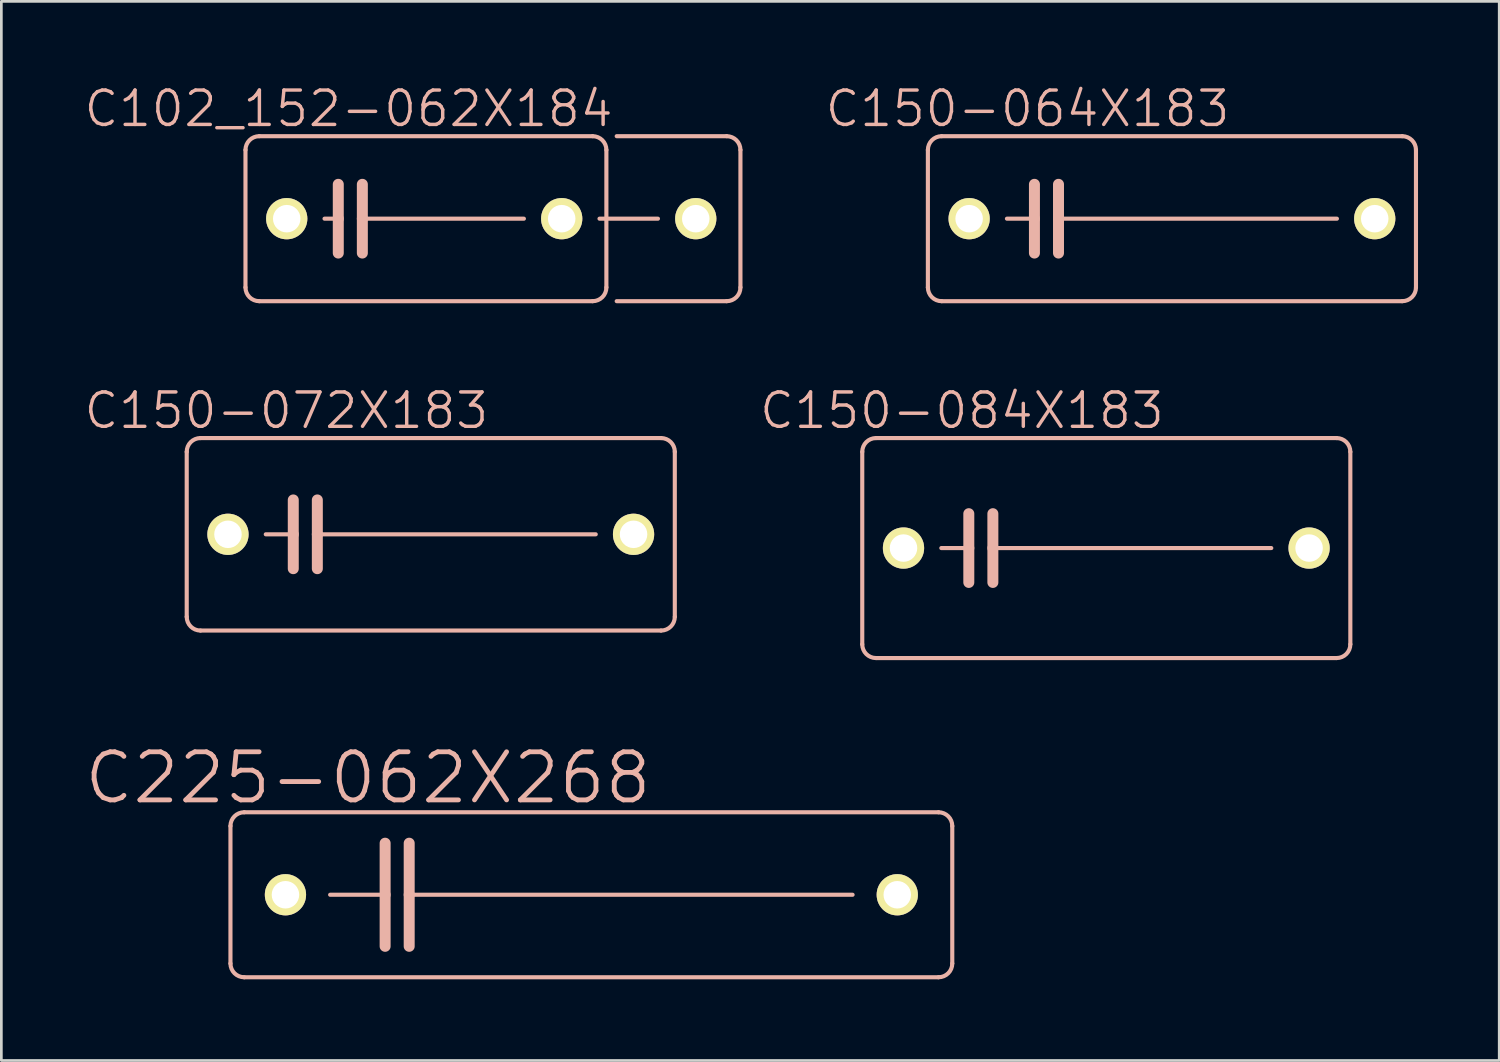
<source format=kicad_pcb>
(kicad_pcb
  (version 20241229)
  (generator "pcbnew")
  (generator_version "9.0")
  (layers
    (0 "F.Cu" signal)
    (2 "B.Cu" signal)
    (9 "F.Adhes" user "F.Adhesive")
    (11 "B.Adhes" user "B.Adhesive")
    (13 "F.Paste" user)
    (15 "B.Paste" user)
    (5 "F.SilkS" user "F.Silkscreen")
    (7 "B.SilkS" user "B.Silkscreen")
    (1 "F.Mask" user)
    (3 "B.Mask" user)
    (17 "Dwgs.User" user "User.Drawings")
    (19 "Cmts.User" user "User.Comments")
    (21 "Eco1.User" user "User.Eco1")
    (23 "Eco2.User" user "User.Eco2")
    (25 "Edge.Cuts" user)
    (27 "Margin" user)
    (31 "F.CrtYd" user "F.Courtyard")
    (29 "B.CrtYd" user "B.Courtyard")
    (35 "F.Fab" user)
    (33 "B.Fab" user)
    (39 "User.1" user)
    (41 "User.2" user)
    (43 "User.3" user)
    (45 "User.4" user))
  (footprint "C150-064X183"
    (layer "F.Cu")
    (at 40.251 5.03)
    (property "Reference" "C150-064X183" (at -5.334 -4.064 0) (layer "B.SilkS") (effects (font (size 1.27 1.27) (thickness 0.127))))
    (attr exclude_from_pos_files exclude_from_bom)
    (fp_line (start -9.017 2.54) (end -9.017 -2.54) (stroke (width 0.152) (type solid)) (layer "B.SilkS"))
    (fp_line (start -8.509 -3.048) (end 8.509 -3.048) (stroke (width 0.152) (type solid)) (layer "B.SilkS"))
    (fp_line (start -5.08 -1.27) (end -5.08 0) (stroke (width 0.406) (type solid)) (layer "B.SilkS"))
    (fp_line (start -5.08 0) (end -6.096 0) (stroke (width 0.152) (type solid)) (layer "B.SilkS"))
    (fp_line (start -5.08 0) (end -5.08 1.27) (stroke (width 0.406) (type solid)) (layer "B.SilkS"))
    (fp_line (start -4.191 -1.27) (end -4.191 0) (stroke (width 0.406) (type solid)) (layer "B.SilkS"))
    (fp_line (start -4.191 0) (end -4.191 1.27) (stroke (width 0.406) (type solid)) (layer "B.SilkS"))
    (fp_line (start -4.191 0) (end 6.096 0) (stroke (width 0.152) (type solid)) (layer "B.SilkS"))
    (fp_line (start 8.509 3.048) (end -8.509 3.048) (stroke (width 0.152) (type solid)) (layer "B.SilkS"))
    (fp_line (start 9.017 -2.54) (end 9.017 2.54) (stroke (width 0.152) (type solid)) (layer "B.SilkS"))
    (fp_arc (start -9.017 -2.54) (mid -8.86821 -2.89921) (end -8.509 -3.048) (stroke (width 0.1524) (type solid)) (layer "B.SilkS"))
    (fp_arc (start -8.509 3.048) (mid -8.86821 2.89921) (end -9.017 2.54) (stroke (width 0.1524) (type solid)) (layer "B.SilkS"))
    (fp_arc (start 8.509 -3.048) (mid 8.86821 -2.89921) (end 9.017 -2.54) (stroke (width 0.1524) (type solid)) (layer "B.SilkS"))
    (fp_arc (start 9.017 2.54) (mid 8.86821 2.89921) (end 8.509 3.048) (stroke (width 0.1524) (type solid)) (layer "B.SilkS"))
    (pad "1" thru_hole circle (at -7.493 0) (size 1.524 1.524) (drill 1.016) (layers "*.Cu" "F.Mask" "F.SilkS" "F.Paste"))
    (pad "2" thru_hole circle (at 7.493 0) (size 1.524 1.524) (drill 1.016) (layers "*.Cu" "F.Mask" "F.SilkS" "F.Paste")))
  (footprint "C102_152-062X184"
    (layer "F.Cu")
    (at 12.624 5.03)
    (property "Reference" "C102_152-062X184" (at -2.794 -4.064 0) (layer "B.SilkS") (effects (font (size 1.27 1.27) (thickness 0.127))))
    (attr exclude_from_pos_files exclude_from_bom)
    (fp_line (start -6.604 2.54) (end -6.604 -2.54) (stroke (width 0.152) (type solid)) (layer "B.SilkS"))
    (fp_line (start -6.096 -3.048) (end 6.223 -3.048) (stroke (width 0.152) (type solid)) (layer "B.SilkS"))
    (fp_line (start -3.683 0) (end -3.175 0) (stroke (width 0.152) (type solid)) (layer "B.SilkS"))
    (fp_line (start -3.175 -1.27) (end -3.175 0) (stroke (width 0.406) (type solid)) (layer "B.SilkS"))
    (fp_line (start -3.175 0) (end -3.175 1.27) (stroke (width 0.406) (type solid)) (layer "B.SilkS"))
    (fp_line (start -2.286 -1.27) (end -2.286 0) (stroke (width 0.406) (type solid)) (layer "B.SilkS"))
    (fp_line (start -2.286 0) (end -2.286 1.27) (stroke (width 0.406) (type solid)) (layer "B.SilkS"))
    (fp_line (start -2.286 0) (end 3.683 0) (stroke (width 0.152) (type solid)) (layer "B.SilkS"))
    (fp_line (start 6.223 3.048) (end -6.096 3.048) (stroke (width 0.152) (type solid)) (layer "B.SilkS"))
    (fp_line (start 6.477 0) (end 8.636 0) (stroke (width 0.152) (type solid)) (layer "B.SilkS"))
    (fp_line (start 6.731 -2.54) (end 6.731 2.54) (stroke (width 0.152) (type solid)) (layer "B.SilkS"))
    (fp_line (start 7.112 -3.048) (end 11.176 -3.048) (stroke (width 0.152) (type solid)) (layer "B.SilkS"))
    (fp_line (start 11.176 3.048) (end 7.112 3.048) (stroke (width 0.152) (type solid)) (layer "B.SilkS"))
    (fp_line (start 11.684 -2.54) (end 11.684 2.54) (stroke (width 0.152) (type solid)) (layer "B.SilkS"))
    (fp_arc (start -6.604 -2.54) (mid -6.45521 -2.89921) (end -6.096 -3.048) (stroke (width 0.1524) (type solid)) (layer "B.SilkS"))
    (fp_arc (start -6.096 3.048) (mid -6.45521 2.89921) (end -6.604 2.54) (stroke (width 0.1524) (type solid)) (layer "B.SilkS"))
    (fp_arc (start 6.223 -3.048) (mid 6.58221 -2.89921) (end 6.731 -2.54) (stroke (width 0.1524) (type solid)) (layer "B.SilkS"))
    (fp_arc (start 6.731 2.54) (mid 6.58221 2.89921) (end 6.223 3.048) (stroke (width 0.1524) (type solid)) (layer "B.SilkS"))
    (fp_arc (start 11.176 -3.048) (mid 11.53521 -2.89921) (end 11.684 -2.54) (stroke (width 0.1524) (type solid)) (layer "B.SilkS"))
    (fp_arc (start 11.684 2.54) (mid 11.53521 2.89921) (end 11.176 3.048) (stroke (width 0.1524) (type solid)) (layer "B.SilkS"))
    (pad "1" thru_hole circle (at -5.08 0) (size 1.524 1.524) (drill 1.016) (layers "*.Cu" "F.Mask" "F.SilkS" "F.Paste"))
    (pad "2" thru_hole circle (at 5.08 0) (size 1.524 1.524) (drill 1.016) (layers "*.Cu" "F.Mask" "F.SilkS" "F.Paste"))
    (pad "3" thru_hole circle (at 10.033 0) (size 1.524 1.524) (drill 1.016) (layers "*.Cu" "F.Mask" "F.SilkS" "F.Paste")))
  (footprint "C150-072X183"
    (layer "F.Cu")
    (at 12.866 16.692)
    (property "Reference" "C150-072X183" (at -5.334 -4.572 0) (layer "B.SilkS") (effects (font (size 1.27 1.27) (thickness 0.127))))
    (attr exclude_from_pos_files exclude_from_bom)
    (fp_line (start -9.017 3.048) (end -9.017 -3.048) (stroke (width 0.152) (type solid)) (layer "B.SilkS"))
    (fp_line (start -8.509 -3.556) (end 8.509 -3.556) (stroke (width 0.152) (type solid)) (layer "B.SilkS"))
    (fp_line (start -5.08 -1.27) (end -5.08 0) (stroke (width 0.406) (type solid)) (layer "B.SilkS"))
    (fp_line (start -5.08 0) (end -6.096 0) (stroke (width 0.152) (type solid)) (layer "B.SilkS"))
    (fp_line (start -5.08 0) (end -5.08 1.27) (stroke (width 0.406) (type solid)) (layer "B.SilkS"))
    (fp_line (start -4.191 -1.27) (end -4.191 0) (stroke (width 0.406) (type solid)) (layer "B.SilkS"))
    (fp_line (start -4.191 0) (end -4.191 1.27) (stroke (width 0.406) (type solid)) (layer "B.SilkS"))
    (fp_line (start -4.191 0) (end 6.096 0) (stroke (width 0.152) (type solid)) (layer "B.SilkS"))
    (fp_line (start 8.509 3.556) (end -8.509 3.556) (stroke (width 0.152) (type solid)) (layer "B.SilkS"))
    (fp_line (start 9.017 -3.048) (end 9.017 3.048) (stroke (width 0.152) (type solid)) (layer "B.SilkS"))
    (fp_arc (start -9.017 -3.048) (mid -8.86821 -3.40721) (end -8.509 -3.556) (stroke (width 0.1524) (type solid)) (layer "B.SilkS"))
    (fp_arc (start -8.509 3.556) (mid -8.86821 3.40721) (end -9.017 3.048) (stroke (width 0.1524) (type solid)) (layer "B.SilkS"))
    (fp_arc (start 8.509 -3.556) (mid 8.86821 -3.40721) (end 9.017 -3.048) (stroke (width 0.1524) (type solid)) (layer "B.SilkS"))
    (fp_arc (start 9.017 3.048) (mid 8.86821 3.40721) (end 8.509 3.556) (stroke (width 0.1524) (type solid)) (layer "B.SilkS"))
    (pad "1" thru_hole circle (at -7.493 0) (size 1.524 1.524) (drill 1.016) (layers "*.Cu" "F.Mask" "F.SilkS" "F.Paste"))
    (pad "2" thru_hole circle (at 7.493 0) (size 1.524 1.524) (drill 1.016) (layers "*.Cu" "F.Mask" "F.SilkS" "F.Paste")))
  (footprint "C225-062X268"
    (layer "F.Cu")
    (at 18.8 30.01)
    (property "Reference" "C225-062X268" (at -8.255 -4.318 0) (layer "B.SilkS") (effects (font (size 1.778 1.778) (thickness 0.178))))
    (attr exclude_from_pos_files exclude_from_bom)
    (fp_line (start -13.335 2.54) (end -13.335 -2.54) (stroke (width 0.152) (type solid)) (layer "B.SilkS"))
    (fp_line (start -12.827 -3.048) (end 12.827 -3.048) (stroke (width 0.152) (type solid)) (layer "B.SilkS"))
    (fp_line (start -9.652 0) (end -7.62 0) (stroke (width 0.152) (type solid)) (layer "B.SilkS"))
    (fp_line (start -7.62 -1.905) (end -7.62 0) (stroke (width 0.406) (type solid)) (layer "B.SilkS"))
    (fp_line (start -7.62 0) (end -7.62 1.905) (stroke (width 0.406) (type solid)) (layer "B.SilkS"))
    (fp_line (start -6.731 -1.905) (end -6.731 0) (stroke (width 0.406) (type solid)) (layer "B.SilkS"))
    (fp_line (start -6.731 0) (end -6.731 1.905) (stroke (width 0.406) (type solid)) (layer "B.SilkS"))
    (fp_line (start -6.731 0) (end 9.652 0) (stroke (width 0.152) (type solid)) (layer "B.SilkS"))
    (fp_line (start 12.827 3.048) (end -12.827 3.048) (stroke (width 0.152) (type solid)) (layer "B.SilkS"))
    (fp_line (start 13.335 -2.54) (end 13.335 2.54) (stroke (width 0.152) (type solid)) (layer "B.SilkS"))
    (fp_arc (start -13.335 -2.54) (mid -13.18621 -2.89921) (end -12.827 -3.048) (stroke (width 0.1524) (type solid)) (layer "B.SilkS"))
    (fp_arc (start -12.827 3.048) (mid -13.18621 2.89921) (end -13.335 2.54) (stroke (width 0.1524) (type solid)) (layer "B.SilkS"))
    (fp_arc (start 12.827 -3.048) (mid 13.18621 -2.89921) (end 13.335 -2.54) (stroke (width 0.1524) (type solid)) (layer "B.SilkS"))
    (fp_arc (start 13.335 2.54) (mid 13.18621 2.89921) (end 12.827 3.048) (stroke (width 0.1524) (type solid)) (layer "B.SilkS"))
    (pad "1" thru_hole circle (at -11.303 0) (size 1.524 1.524) (drill 1.016) (layers "*.Cu" "F.Mask" "F.SilkS" "F.Paste"))
    (pad "2" thru_hole circle (at 11.303 0) (size 1.524 1.524) (drill 1.016) (layers "*.Cu" "F.Mask" "F.SilkS" "F.Paste")))
  (footprint "C150-084X183"
    (layer "F.Cu")
    (at 37.826 17.2)
    (property "Reference" "C150-084X183" (at -5.334 -5.08 0) (layer "B.SilkS") (effects (font (size 1.27 1.27) (thickness 0.127))))
    (attr exclude_from_pos_files exclude_from_bom)
    (fp_line (start -9.017 3.556) (end -9.017 -3.556) (stroke (width 0.152) (type solid)) (layer "B.SilkS"))
    (fp_line (start -8.509 -4.064) (end 8.509 -4.064) (stroke (width 0.152) (type solid)) (layer "B.SilkS"))
    (fp_line (start -5.08 -1.27) (end -5.08 0) (stroke (width 0.406) (type solid)) (layer "B.SilkS"))
    (fp_line (start -5.08 0) (end -6.096 0) (stroke (width 0.152) (type solid)) (layer "B.SilkS"))
    (fp_line (start -5.08 0) (end -5.08 1.27) (stroke (width 0.406) (type solid)) (layer "B.SilkS"))
    (fp_line (start -4.191 -1.27) (end -4.191 0) (stroke (width 0.406) (type solid)) (layer "B.SilkS"))
    (fp_line (start -4.191 0) (end -4.191 1.27) (stroke (width 0.406) (type solid)) (layer "B.SilkS"))
    (fp_line (start -4.191 0) (end 6.096 0) (stroke (width 0.152) (type solid)) (layer "B.SilkS"))
    (fp_line (start 8.509 4.064) (end -8.509 4.064) (stroke (width 0.152) (type solid)) (layer "B.SilkS"))
    (fp_line (start 9.017 -3.556) (end 9.017 3.556) (stroke (width 0.152) (type solid)) (layer "B.SilkS"))
    (fp_arc (start -9.017 -3.556) (mid -8.86821 -3.91521) (end -8.509 -4.064) (stroke (width 0.1524) (type solid)) (layer "B.SilkS"))
    (fp_arc (start -8.509 4.064) (mid -8.86821 3.91521) (end -9.017 3.556) (stroke (width 0.1524) (type solid)) (layer "B.SilkS"))
    (fp_arc (start 8.509 -4.064) (mid 8.86821 -3.91521) (end 9.017 -3.556) (stroke (width 0.1524) (type solid)) (layer "B.SilkS"))
    (fp_arc (start 9.017 3.556) (mid 8.86821 3.91521) (end 8.509 4.064) (stroke (width 0.1524) (type solid)) (layer "B.SilkS"))
    (pad "1" thru_hole circle (at -7.493 0) (size 1.524 1.524) (drill 1.016) (layers "*.Cu" "F.Mask" "F.SilkS" "F.Paste"))
    (pad "2" thru_hole circle (at 7.493 0) (size 1.524 1.524) (drill 1.016) (layers "*.Cu" "F.Mask" "F.SilkS" "F.Paste")))
  (gr_rect
    (start -3 -3)
    (end 52.344 36.134)
    (stroke (width 0.1) (type default))
    (fill no)
    (layer "Edge.Cuts")))
</source>
